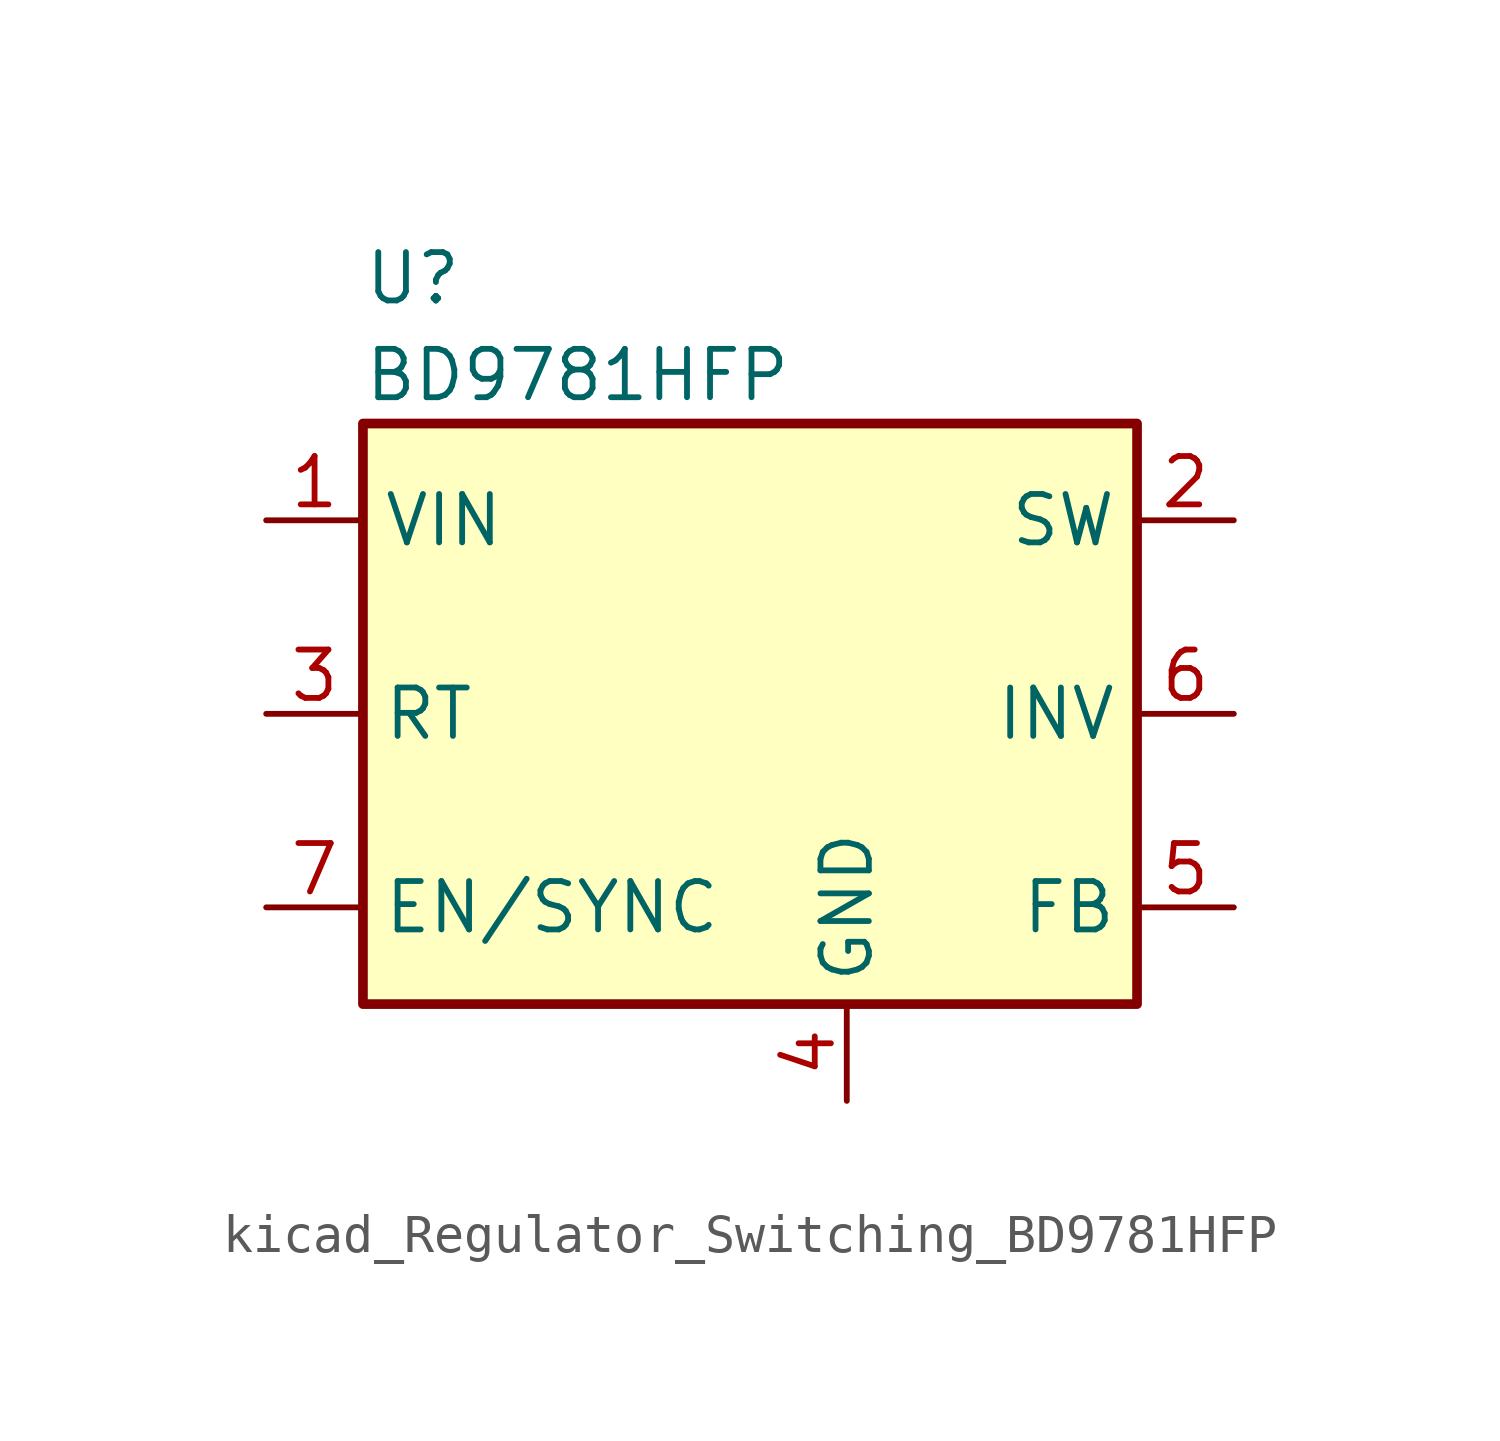
<source format=kicad_sym>
(kicad_symbol_lib
  (version 20220914)
  (generator kicad_symbol_editor)
  (symbol "kicad_Regulator_Switching_BD9781HFP"
    (property "Reference" "U"
      (at -10.16 11.43 0)
      (effects (font (size 1.27 1.27)) (justify left)))
    (property "Value" "BD9781HFP"
      (at -10.16 8.89 0)
      (effects (font (size 1.27 1.27)) (justify left)))
    (symbol "kicad_Regulator_Switching_BD9781HFP_0_1"
      (rectangle (start -10.16 7.62) (end 10.16 -7.62) (stroke (width 0.254) (type default)) (fill (type background))))
    (symbol "kicad_Regulator_Switching_BD9781HFP_1_1"
      (pin power_in line (at -12.7 5.08 0) (length 2.54) (name "VIN" (effects (font (size 1.27 1.27)))) (number "1" (effects (font (size 1.27 1.27)))))
      (pin output line (at 12.7 5.08 180) (length 2.54) (name "SW" (effects (font (size 1.27 1.27)))) (number "2" (effects (font (size 1.27 1.27)))))
      (pin passive line (at -12.7 0 0) (length 2.54) (name "RT" (effects (font (size 1.27 1.27)))) (number "3" (effects (font (size 1.27 1.27)))))
      (pin power_in line (at 2.54 -10.16 90) (length 2.54) (name "GND" (effects (font (size 1.27 1.27)))) (number "4" (effects (font (size 1.27 1.27)))))
      (pin passive line (at 12.7 -5.08 180) (length 2.54) (name "FB" (effects (font (size 1.27 1.27)))) (number "5" (effects (font (size 1.27 1.27)))))
      (pin input line (at 12.7 0 180) (length 2.54) (name "INV" (effects (font (size 1.27 1.27)))) (number "6" (effects (font (size 1.27 1.27)))))
      (pin passive line (at -12.7 -5.08 0) (length 2.54) (name "EN/SYNC" (effects (font (size 1.27 1.27)))) (number "7" (effects (font (size 1.27 1.27))))))))
</source>
